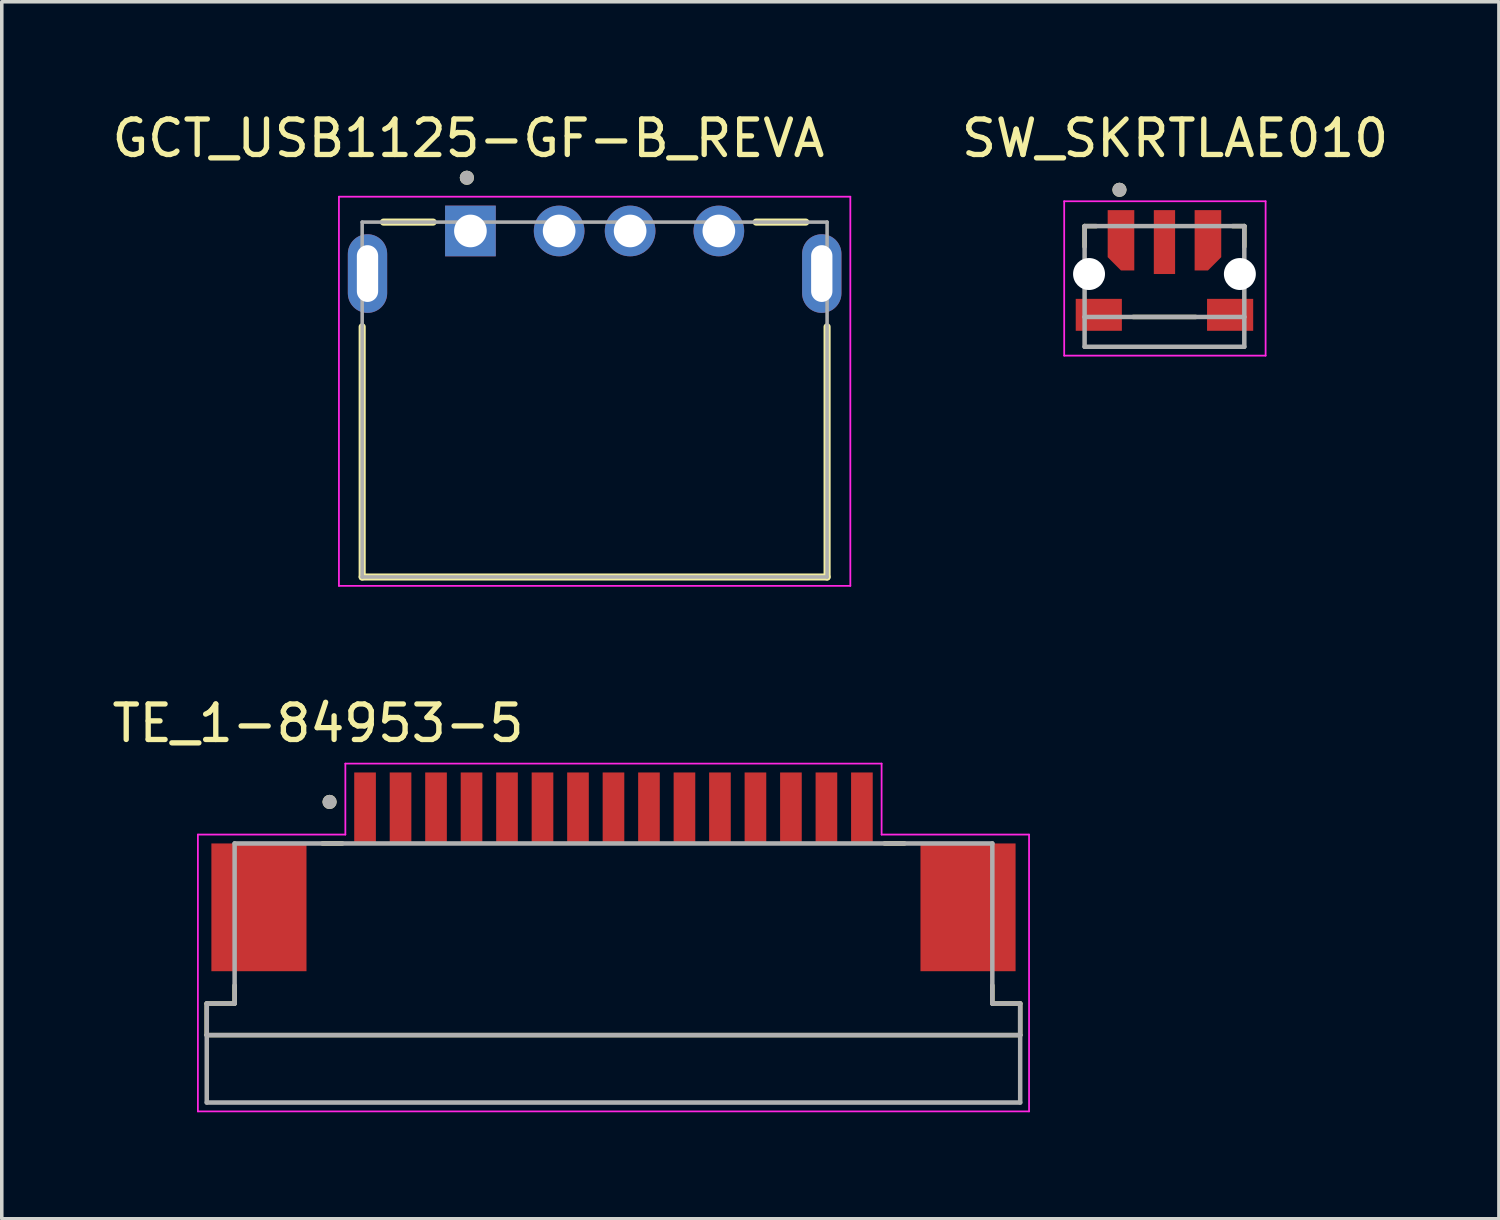
<source format=kicad_pcb>
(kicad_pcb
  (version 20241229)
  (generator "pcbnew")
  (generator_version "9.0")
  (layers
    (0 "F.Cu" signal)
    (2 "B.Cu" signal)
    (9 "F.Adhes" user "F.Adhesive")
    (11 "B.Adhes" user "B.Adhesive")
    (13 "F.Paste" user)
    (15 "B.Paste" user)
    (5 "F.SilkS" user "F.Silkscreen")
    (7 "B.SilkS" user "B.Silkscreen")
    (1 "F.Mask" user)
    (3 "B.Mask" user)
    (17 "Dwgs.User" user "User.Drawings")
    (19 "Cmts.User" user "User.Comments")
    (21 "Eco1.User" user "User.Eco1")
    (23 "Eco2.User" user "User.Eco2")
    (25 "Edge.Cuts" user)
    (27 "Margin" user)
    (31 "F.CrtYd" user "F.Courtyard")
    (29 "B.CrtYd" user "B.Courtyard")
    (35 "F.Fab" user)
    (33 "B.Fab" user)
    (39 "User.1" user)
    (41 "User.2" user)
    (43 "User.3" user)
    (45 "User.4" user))
  (footprint "TE_1-84953-5"
    (layer "F.Cu")
    (at 14.236 19.716)
    (property "Reference" "TE_1-84953-5" (at -8.325 -2.385 0) (layer "F.SilkS") (effects (font (size 1 1) (thickness 0.15))))
    (attr smd)
    (fp_line (start -11.46 6.4) (end -11.46 5.51) (stroke (width 0.127) (type solid)) (layer "F.SilkS"))
    (fp_line (start -10.675 5) (end -10.675 5.51) (stroke (width 0.127) (type solid)) (layer "F.SilkS"))
    (fp_line (start -10.675 5.51) (end -11.46 5.51) (stroke (width 0.127) (type solid)) (layer "F.SilkS"))
    (fp_line (start -8.2 1) (end -7.64 1) (stroke (width 0.127) (type solid)) (layer "F.SilkS"))
    (fp_line (start 7.64 1) (end 8.2 1) (stroke (width 0.127) (type solid)) (layer "F.SilkS"))
    (fp_line (start 10.675 5) (end 10.675 5.51) (stroke (width 0.127) (type solid)) (layer "F.SilkS"))
    (fp_line (start 11.46 5.51) (end 10.675 5.51) (stroke (width 0.127) (type solid)) (layer "F.SilkS"))
    (fp_line (start 11.46 5.51) (end 11.46 6.4) (stroke (width 0.127) (type solid)) (layer "F.SilkS"))
    (fp_line (start 11.46 6.4) (end -11.46 6.4) (stroke (width 0.127) (type solid)) (layer "F.SilkS"))
    (fp_circle (center -8 -0.17) (end -7.9 -0.17) (stroke (width 0.2) (type solid)) (fill no) (layer "F.SilkS"))
    (fp_line (start -11.71 0.75) (end -7.555 0.75) (stroke (width 0.05) (type solid)) (layer "F.CrtYd"))
    (fp_line (start -11.71 8.55) (end -11.71 0.75) (stroke (width 0.05) (type solid)) (layer "F.CrtYd"))
    (fp_line (start -7.555 -1.25) (end 7.555 -1.25) (stroke (width 0.05) (type solid)) (layer "F.CrtYd"))
    (fp_line (start -7.555 0.75) (end -7.555 -1.25) (stroke (width 0.05) (type solid)) (layer "F.CrtYd"))
    (fp_line (start 7.555 -1.25) (end 7.555 0.75) (stroke (width 0.05) (type solid)) (layer "F.CrtYd"))
    (fp_line (start 7.555 0.75) (end 11.71 0.75) (stroke (width 0.05) (type solid)) (layer "F.CrtYd"))
    (fp_line (start 11.71 0.75) (end 11.71 8.55) (stroke (width 0.05) (type solid)) (layer "F.CrtYd"))
    (fp_line (start 11.71 8.55) (end -11.71 8.55) (stroke (width 0.05) (type solid)) (layer "F.CrtYd"))
    (fp_line (start -11.46 5.51) (end -11.46 6.4) (stroke (width 0.127) (type solid)) (layer "F.Fab"))
    (fp_line (start -11.46 8.3) (end -11.46 6.4) (stroke (width 0.127) (type solid)) (layer "F.Fab"))
    (fp_line (start -10.675 1) (end -10.675 5.51) (stroke (width 0.127) (type solid)) (layer "F.Fab"))
    (fp_line (start -10.675 1) (end 10.675 1) (stroke (width 0.127) (type solid)) (layer "F.Fab"))
    (fp_line (start -10.675 5.51) (end -11.46 5.51) (stroke (width 0.127) (type solid)) (layer "F.Fab"))
    (fp_line (start 10.675 1) (end 10.675 5.51) (stroke (width 0.127) (type solid)) (layer "F.Fab"))
    (fp_line (start 11.46 5.51) (end 10.675 5.51) (stroke (width 0.127) (type solid)) (layer "F.Fab"))
    (fp_line (start 11.46 5.51) (end 11.46 6.4) (stroke (width 0.127) (type solid)) (layer "F.Fab"))
    (fp_line (start 11.46 6.4) (end -11.46 6.4) (stroke (width 0.127) (type solid)) (layer "F.Fab"))
    (fp_line (start 11.46 6.4) (end 11.46 8.3) (stroke (width 0.127) (type solid)) (layer "F.Fab"))
    (fp_line (start 11.46 8.3) (end -11.46 8.3) (stroke (width 0.127) (type solid)) (layer "F.Fab"))
    (fp_circle (center -8 -0.17) (end -7.9 -0.17) (stroke (width 0.2) (type solid)) (fill no) (layer "F.Fab"))
    (pad "1" smd rect (at -7 0) (size 0.61 2) (layers "F.Cu" "F.Mask" "F.Paste"))
    (pad "2" smd rect (at -6 0) (size 0.61 2) (layers "F.Cu" "F.Mask" "F.Paste"))
    (pad "3" smd rect (at -5 0) (size 0.61 2) (layers "F.Cu" "F.Mask" "F.Paste"))
    (pad "4" smd rect (at -4 0) (size 0.61 2) (layers "F.Cu" "F.Mask" "F.Paste"))
    (pad "5" smd rect (at -3 0) (size 0.61 2) (layers "F.Cu" "F.Mask" "F.Paste"))
    (pad "6" smd rect (at -2 0) (size 0.61 2) (layers "F.Cu" "F.Mask" "F.Paste"))
    (pad "7" smd rect (at -1 0) (size 0.61 2) (layers "F.Cu" "F.Mask" "F.Paste"))
    (pad "8" smd rect (at 0 0) (size 0.61 2) (layers "F.Cu" "F.Mask" "F.Paste"))
    (pad "9" smd rect (at 1 0) (size 0.61 2) (layers "F.Cu" "F.Mask" "F.Paste"))
    (pad "10" smd rect (at 2 0) (size 0.61 2) (layers "F.Cu" "F.Mask" "F.Paste"))
    (pad "11" smd rect (at 3 0) (size 0.61 2) (layers "F.Cu" "F.Mask" "F.Paste"))
    (pad "12" smd rect (at 4 0) (size 0.61 2) (layers "F.Cu" "F.Mask" "F.Paste"))
    (pad "13" smd rect (at 5 0) (size 0.61 2) (layers "F.Cu" "F.Mask" "F.Paste"))
    (pad "14" smd rect (at 6 0) (size 0.61 2) (layers "F.Cu" "F.Mask" "F.Paste"))
    (pad "15" smd rect (at 7 0) (size 0.61 2) (layers "F.Cu" "F.Mask" "F.Paste"))
    (pad "S1" smd rect (at -9.99 2.8) (size 2.68 3.6) (layers "F.Cu" "F.Mask" "F.Paste"))
    (pad "S2" smd rect (at 9.99 2.8) (size 2.68 3.6) (layers "F.Cu" "F.Mask" "F.Paste")))
  (footprint "SW_SKRTLAE010"
    (layer "F.Cu")
    (at 29.761 4.671)
    (property "Reference" "SW_SKRTLAE010" (at 0.299 -3.823 0) (layer "F.SilkS") (effects (font (size 1 1) (thickness 0.15))))
    (attr smd)
    (fp_line (start -2.25 -1.35) (end -1.924 -1.35) (stroke (width 0.127) (type solid)) (layer "F.SilkS"))
    (fp_line (start -2.25 -0.77) (end -2.25 -1.35) (stroke (width 0.127) (type solid)) (layer "F.SilkS"))
    (fp_line (start -0.88 1.21) (end 0.88 1.21) (stroke (width 0.127) (type solid)) (layer "F.SilkS"))
    (fp_line (start 1.924 -1.35) (end 2.25 -1.35) (stroke (width 0.127) (type solid)) (layer "F.SilkS"))
    (fp_line (start 2.25 -1.35) (end 2.25 -0.77) (stroke (width 0.127) (type solid)) (layer "F.SilkS"))
    (fp_circle (center -1.268 -2.373) (end -1.168 -2.373) (stroke (width 0.2) (type solid)) (fill no) (layer "F.SilkS"))
    (fp_line (start -2.825 -2.05) (end -2.825 2.3) (stroke (width 0.05) (type solid)) (layer "F.CrtYd"))
    (fp_line (start -2.825 2.3) (end 2.85 2.3) (stroke (width 0.05) (type solid)) (layer "F.CrtYd"))
    (fp_line (start 2.85 -2.05) (end -2.825 -2.05) (stroke (width 0.05) (type solid)) (layer "F.CrtYd"))
    (fp_line (start 2.85 2.3) (end 2.85 -2.05) (stroke (width 0.05) (type solid)) (layer "F.CrtYd"))
    (fp_line (start -2.25 -1.35) (end 2.25 -1.35) (stroke (width 0.127) (type solid)) (layer "F.Fab"))
    (fp_line (start -2.25 1.21) (end -2.25 -1.35) (stroke (width 0.127) (type solid)) (layer "F.Fab"))
    (fp_line (start -2.25 1.21) (end 2.25 1.21) (stroke (width 0.127) (type solid)) (layer "F.Fab"))
    (fp_line (start -2.25 2.05) (end -2.25 1.21) (stroke (width 0.127) (type solid)) (layer "F.Fab"))
    (fp_line (start 2.25 -1.35) (end 2.25 1.21) (stroke (width 0.127) (type solid)) (layer "F.Fab"))
    (fp_line (start 2.25 1.21) (end 2.25 2.05) (stroke (width 0.127) (type solid)) (layer "F.Fab"))
    (fp_line (start 2.25 2.05) (end -2.25 2.05) (stroke (width 0.127) (type solid)) (layer "F.Fab"))
    (fp_circle (center -1.268 -2.373) (end -1.168 -2.373) (stroke (width 0.2) (type solid)) (fill no) (layer "F.Fab"))
    (pad "" np_thru_hole circle (at -2.125 0) (size 0.9 0.9) (drill 0.9) (layers "*.Cu" "*.Mask"))
    (pad "" np_thru_hole circle (at 2.125 0) (size 0.9 0.9) (drill 0.9) (layers "*.Cu" "*.Mask"))
    (pad "1" smd roundrect (at -1.225 -0.95) (size 0.75 1.7) (layers "F.Cu" "F.Mask" "F.Paste") (roundrect_rratio 0) (chamfer_ratio 0.5) (chamfer bottom_left))
    (pad "2" smd rect (at 0 -0.9) (size 0.6 1.8) (layers "F.Cu" "F.Mask" "F.Paste"))
    (pad "3" smd roundrect (at 1.225 -0.95) (size 0.75 1.7) (layers "F.Cu" "F.Mask" "F.Paste") (roundrect_rratio 0) (chamfer_ratio 0.5) (chamfer bottom_right))
    (pad "S1" smd rect (at -1.85 1.15) (size 1.3 0.9) (layers "F.Cu" "F.Mask" "F.Paste"))
    (pad "S2" smd rect (at 1.85 1.15) (size 1.3 0.9) (layers "F.Cu" "F.Mask" "F.Paste"))
    (zone (net_name "") (layer "F.Cu") (hatch full 0.508) (connect_pads) (min_thickness 0.01) (filled_areas_thickness no) (keepout (tracks not_allowed) (vias not_allowed) (pads not_allowed) (copperpour not_allowed) (footprints allowed)) (placement (enabled no)) (fill) (polygon (pts (xy 28.761 4.971) (xy 30.761 4.971) (xy 30.761 6.171) (xy 28.761 6.171))))
    (zone (net_name "") (layers "F.Cu" "B.Cu") (hatch full 0.508) (connect_pads) (min_thickness 0.01) (filled_areas_thickness no) (keepout (tracks allowed) (vias not_allowed) (pads allowed) (copperpour allowed) (footprints allowed)) (placement (enabled no)) (fill) (polygon (pts (xy 28.761 4.971) (xy 30.761 4.971) (xy 30.761 6.171) (xy 28.761 6.171)))))
  (footprint "GCT_USB1125-GF-B_REVA"
    (layer "F.Cu")
    (at 13.705 4.658)
    (property "Reference" "GCT_USB1125-GF-B_REVA" (at -3.556 -3.81 0) (layer "F.SilkS") (effects (font (size 1 1) (thickness 0.15))))
    (attr through_hole)
    (fp_line (start -6.55 1.5) (end -6.55 8.55) (stroke (width 0.2) (type solid)) (layer "F.SilkS"))
    (fp_line (start -6.55 8.55) (end 6.55 8.55) (stroke (width 0.2) (type solid)) (layer "F.SilkS"))
    (fp_line (start -5.95 -1.45) (end -4.55 -1.45) (stroke (width 0.2) (type solid)) (layer "F.SilkS"))
    (fp_line (start 5.95 -1.45) (end 4.55 -1.45) (stroke (width 0.2) (type solid)) (layer "F.SilkS"))
    (fp_line (start 6.55 8.55) (end 6.55 1.5) (stroke (width 0.2) (type solid)) (layer "F.SilkS"))
    (fp_circle (center -3.6 -2.7) (end -3.5 -2.7) (stroke (width 0.2) (type solid)) (fill no) (layer "F.SilkS"))
    (fp_line (start -7.205 -2.165) (end 7.205 -2.165) (stroke (width 0.05) (type solid)) (layer "F.CrtYd"))
    (fp_line (start -7.205 8.8) (end -7.205 -2.165) (stroke (width 0.05) (type solid)) (layer "F.CrtYd"))
    (fp_line (start 7.205 -2.165) (end 7.205 8.8) (stroke (width 0.05) (type solid)) (layer "F.CrtYd"))
    (fp_line (start 7.205 8.8) (end -7.205 8.8) (stroke (width 0.05) (type solid)) (layer "F.CrtYd"))
    (fp_line (start -6.55 -1.45) (end 6.55 -1.45) (stroke (width 0.1) (type solid)) (layer "F.Fab"))
    (fp_line (start -6.55 8.55) (end -6.55 -1.45) (stroke (width 0.1) (type solid)) (layer "F.Fab"))
    (fp_line (start 6.55 -1.45) (end 6.55 8.55) (stroke (width 0.1) (type solid)) (layer "F.Fab"))
    (fp_line (start 6.55 8.55) (end -6.55 8.55) (stroke (width 0.1) (type solid)) (layer "F.Fab"))
    (fp_circle (center -3.6 -2.7) (end -3.5 -2.7) (stroke (width 0.2) (type solid)) (fill no) (layer "F.Fab"))
    (pad "1" thru_hole rect (at -3.5 -1.2) (size 1.428 1.428) (drill 0.92) (layers "*.Cu" "*.Mask"))
    (pad "2" thru_hole circle (at -1 -1.2) (size 1.428 1.428) (drill 0.92) (layers "*.Cu" "*.Mask"))
    (pad "3" thru_hole circle (at 1 -1.2) (size 1.428 1.428) (drill 0.92) (layers "*.Cu" "*.Mask"))
    (pad "4" thru_hole circle (at 3.5 -1.2) (size 1.428 1.428) (drill 0.92) (layers "*.Cu" "*.Mask"))
    (pad "S1" thru_hole oval (at -6.4 0) (size 1.108 2.216) (drill oval 0.6 1.6) (layers "*.Cu" "*.Mask"))
    (pad "S2" thru_hole oval (at 6.4 0) (size 1.108 2.216) (drill oval 0.6 1.6) (layers "*.Cu" "*.Mask")))
  (gr_rect
    (start -3 -3)
    (end 39.185 31.291)
    (stroke (width 0.1) (type default))
    (fill no)
    (layer "Edge.Cuts")))
</source>
